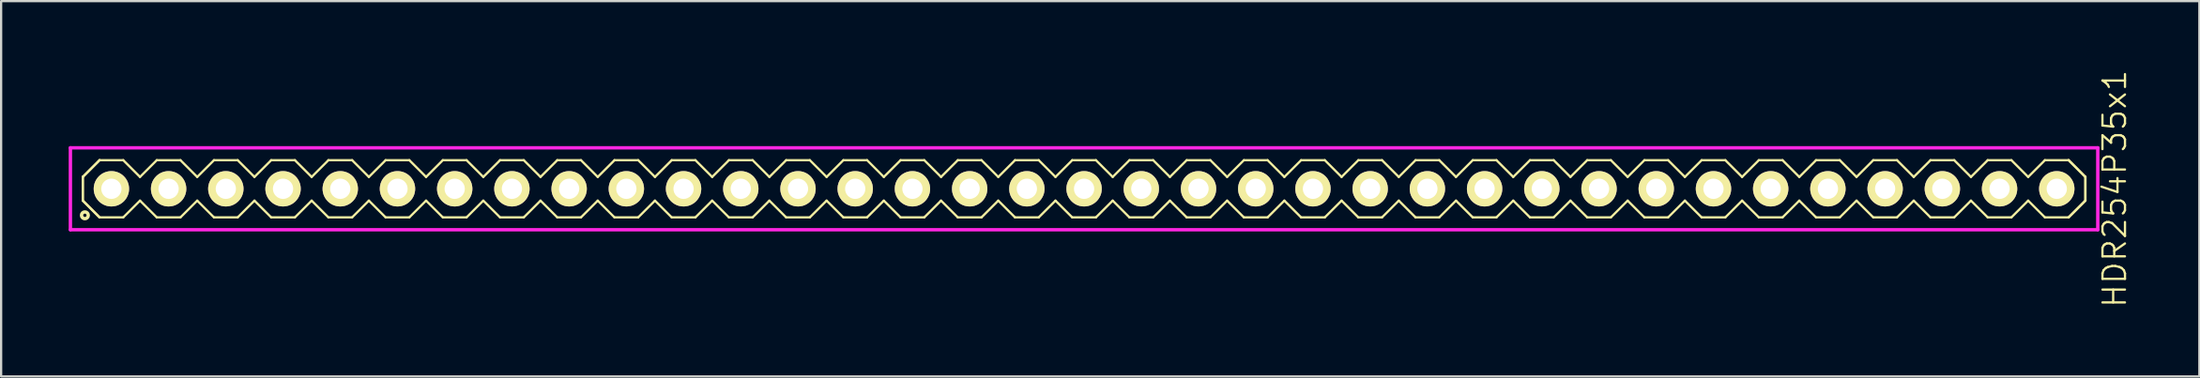
<source format=kicad_pcb>
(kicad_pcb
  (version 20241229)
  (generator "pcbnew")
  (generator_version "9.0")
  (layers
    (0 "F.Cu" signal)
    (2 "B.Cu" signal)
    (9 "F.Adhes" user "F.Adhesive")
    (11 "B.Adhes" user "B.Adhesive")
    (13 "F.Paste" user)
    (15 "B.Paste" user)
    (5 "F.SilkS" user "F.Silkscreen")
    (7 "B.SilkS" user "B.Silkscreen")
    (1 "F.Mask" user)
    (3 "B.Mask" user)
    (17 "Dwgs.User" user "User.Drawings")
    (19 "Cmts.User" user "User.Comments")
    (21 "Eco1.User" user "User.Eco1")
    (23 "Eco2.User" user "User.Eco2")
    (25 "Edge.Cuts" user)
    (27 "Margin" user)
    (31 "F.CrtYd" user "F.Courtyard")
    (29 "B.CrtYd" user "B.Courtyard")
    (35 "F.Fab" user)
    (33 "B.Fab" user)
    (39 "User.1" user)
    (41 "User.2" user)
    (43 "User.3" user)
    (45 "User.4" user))
  (footprint "HDR254P35x1"
    (layer "F.Cu")
    (at 45.075 5.336)
    (property "Reference" "HDR254P35x1" (at 45.75 0 90) (layer "F.SilkS") (effects (font (size 1 1) (thickness 0.1))))
    (attr through_hole)
    (fp_line (start -44.45 -0.526) (end -43.706 -1.27) (stroke (width 0.1) (type solid)) (layer "F.SilkS"))
    (fp_line (start -44.45 -0.526) (end -43.706 -1.27) (stroke (width 0.1) (type solid)) (layer "F.SilkS"))
    (fp_line (start -44.45 0.526) (end -44.45 -0.526) (stroke (width 0.1) (type solid)) (layer "F.SilkS"))
    (fp_line (start -44.45 0.526) (end -44.45 -0.526) (stroke (width 0.1) (type solid)) (layer "F.SilkS"))
    (fp_line (start -43.706 -1.27) (end -42.654 -1.27) (stroke (width 0.1) (type solid)) (layer "F.SilkS"))
    (fp_line (start -43.706 1.27) (end -44.45 0.526) (stroke (width 0.1) (type solid)) (layer "F.SilkS"))
    (fp_line (start -43.706 1.27) (end -44.45 0.526) (stroke (width 0.1) (type solid)) (layer "F.SilkS"))
    (fp_line (start -42.654 -1.27) (end -41.91 -0.526) (stroke (width 0.1) (type solid)) (layer "F.SilkS"))
    (fp_line (start -42.654 1.27) (end -43.706 1.27) (stroke (width 0.1) (type solid)) (layer "F.SilkS"))
    (fp_line (start -41.91 -0.526) (end -41.166 -1.27) (stroke (width 0.1) (type solid)) (layer "F.SilkS"))
    (fp_line (start -41.91 0.526) (end -42.654 1.27) (stroke (width 0.1) (type solid)) (layer "F.SilkS"))
    (fp_line (start -41.166 -1.27) (end -40.114 -1.27) (stroke (width 0.1) (type solid)) (layer "F.SilkS"))
    (fp_line (start -41.166 1.27) (end -41.91 0.526) (stroke (width 0.1) (type solid)) (layer "F.SilkS"))
    (fp_line (start -40.114 -1.27) (end -39.37 -0.526) (stroke (width 0.1) (type solid)) (layer "F.SilkS"))
    (fp_line (start -40.114 1.27) (end -41.166 1.27) (stroke (width 0.1) (type solid)) (layer "F.SilkS"))
    (fp_line (start -39.37 -0.526) (end -38.626 -1.27) (stroke (width 0.1) (type solid)) (layer "F.SilkS"))
    (fp_line (start -39.37 0.526) (end -40.114 1.27) (stroke (width 0.1) (type solid)) (layer "F.SilkS"))
    (fp_line (start -38.626 -1.27) (end -37.574 -1.27) (stroke (width 0.1) (type solid)) (layer "F.SilkS"))
    (fp_line (start -38.626 1.27) (end -39.37 0.526) (stroke (width 0.1) (type solid)) (layer "F.SilkS"))
    (fp_line (start -37.574 -1.27) (end -36.83 -0.526) (stroke (width 0.1) (type solid)) (layer "F.SilkS"))
    (fp_line (start -37.574 1.27) (end -38.626 1.27) (stroke (width 0.1) (type solid)) (layer "F.SilkS"))
    (fp_line (start -36.83 -0.526) (end -36.086 -1.27) (stroke (width 0.1) (type solid)) (layer "F.SilkS"))
    (fp_line (start -36.83 0.526) (end -37.574 1.27) (stroke (width 0.1) (type solid)) (layer "F.SilkS"))
    (fp_line (start -36.086 -1.27) (end -35.034 -1.27) (stroke (width 0.1) (type solid)) (layer "F.SilkS"))
    (fp_line (start -36.086 1.27) (end -36.83 0.526) (stroke (width 0.1) (type solid)) (layer "F.SilkS"))
    (fp_line (start -35.034 -1.27) (end -34.29 -0.526) (stroke (width 0.1) (type solid)) (layer "F.SilkS"))
    (fp_line (start -35.034 1.27) (end -36.086 1.27) (stroke (width 0.1) (type solid)) (layer "F.SilkS"))
    (fp_line (start -34.29 -0.526) (end -33.546 -1.27) (stroke (width 0.1) (type solid)) (layer "F.SilkS"))
    (fp_line (start -34.29 0.526) (end -35.034 1.27) (stroke (width 0.1) (type solid)) (layer "F.SilkS"))
    (fp_line (start -33.546 -1.27) (end -32.494 -1.27) (stroke (width 0.1) (type solid)) (layer "F.SilkS"))
    (fp_line (start -33.546 1.27) (end -34.29 0.526) (stroke (width 0.1) (type solid)) (layer "F.SilkS"))
    (fp_line (start -32.494 -1.27) (end -31.75 -0.526) (stroke (width 0.1) (type solid)) (layer "F.SilkS"))
    (fp_line (start -32.494 1.27) (end -33.546 1.27) (stroke (width 0.1) (type solid)) (layer "F.SilkS"))
    (fp_line (start -31.75 -0.526) (end -31.006 -1.27) (stroke (width 0.1) (type solid)) (layer "F.SilkS"))
    (fp_line (start -31.75 0.526) (end -32.494 1.27) (stroke (width 0.1) (type solid)) (layer "F.SilkS"))
    (fp_line (start -31.006 -1.27) (end -29.954 -1.27) (stroke (width 0.1) (type solid)) (layer "F.SilkS"))
    (fp_line (start -31.006 1.27) (end -31.75 0.526) (stroke (width 0.1) (type solid)) (layer "F.SilkS"))
    (fp_line (start -29.954 -1.27) (end -29.21 -0.526) (stroke (width 0.1) (type solid)) (layer "F.SilkS"))
    (fp_line (start -29.954 1.27) (end -31.006 1.27) (stroke (width 0.1) (type solid)) (layer "F.SilkS"))
    (fp_line (start -29.21 -0.526) (end -28.466 -1.27) (stroke (width 0.1) (type solid)) (layer "F.SilkS"))
    (fp_line (start -29.21 0.526) (end -29.954 1.27) (stroke (width 0.1) (type solid)) (layer "F.SilkS"))
    (fp_line (start -28.466 -1.27) (end -27.414 -1.27) (stroke (width 0.1) (type solid)) (layer "F.SilkS"))
    (fp_line (start -28.466 1.27) (end -29.21 0.526) (stroke (width 0.1) (type solid)) (layer "F.SilkS"))
    (fp_line (start -27.414 -1.27) (end -26.67 -0.526) (stroke (width 0.1) (type solid)) (layer "F.SilkS"))
    (fp_line (start -27.414 1.27) (end -28.466 1.27) (stroke (width 0.1) (type solid)) (layer "F.SilkS"))
    (fp_line (start -26.67 -0.526) (end -25.926 -1.27) (stroke (width 0.1) (type solid)) (layer "F.SilkS"))
    (fp_line (start -26.67 0.526) (end -27.414 1.27) (stroke (width 0.1) (type solid)) (layer "F.SilkS"))
    (fp_line (start -25.926 -1.27) (end -24.874 -1.27) (stroke (width 0.1) (type solid)) (layer "F.SilkS"))
    (fp_line (start -25.926 1.27) (end -26.67 0.526) (stroke (width 0.1) (type solid)) (layer "F.SilkS"))
    (fp_line (start -24.874 -1.27) (end -24.13 -0.526) (stroke (width 0.1) (type solid)) (layer "F.SilkS"))
    (fp_line (start -24.874 1.27) (end -25.926 1.27) (stroke (width 0.1) (type solid)) (layer "F.SilkS"))
    (fp_line (start -24.13 -0.526) (end -23.386 -1.27) (stroke (width 0.1) (type solid)) (layer "F.SilkS"))
    (fp_line (start -24.13 0.526) (end -24.874 1.27) (stroke (width 0.1) (type solid)) (layer "F.SilkS"))
    (fp_line (start -23.386 -1.27) (end -22.334 -1.27) (stroke (width 0.1) (type solid)) (layer "F.SilkS"))
    (fp_line (start -23.386 1.27) (end -24.13 0.526) (stroke (width 0.1) (type solid)) (layer "F.SilkS"))
    (fp_line (start -22.334 -1.27) (end -21.59 -0.526) (stroke (width 0.1) (type solid)) (layer "F.SilkS"))
    (fp_line (start -22.334 1.27) (end -23.386 1.27) (stroke (width 0.1) (type solid)) (layer "F.SilkS"))
    (fp_line (start -21.59 -0.526) (end -20.846 -1.27) (stroke (width 0.1) (type solid)) (layer "F.SilkS"))
    (fp_line (start -21.59 0.526) (end -22.334 1.27) (stroke (width 0.1) (type solid)) (layer "F.SilkS"))
    (fp_line (start -20.846 -1.27) (end -19.794 -1.27) (stroke (width 0.1) (type solid)) (layer "F.SilkS"))
    (fp_line (start -20.846 1.27) (end -21.59 0.526) (stroke (width 0.1) (type solid)) (layer "F.SilkS"))
    (fp_line (start -19.794 -1.27) (end -19.05 -0.526) (stroke (width 0.1) (type solid)) (layer "F.SilkS"))
    (fp_line (start -19.794 1.27) (end -20.846 1.27) (stroke (width 0.1) (type solid)) (layer "F.SilkS"))
    (fp_line (start -19.05 -0.526) (end -18.306 -1.27) (stroke (width 0.1) (type solid)) (layer "F.SilkS"))
    (fp_line (start -19.05 0.526) (end -19.794 1.27) (stroke (width 0.1) (type solid)) (layer "F.SilkS"))
    (fp_line (start -18.306 -1.27) (end -17.254 -1.27) (stroke (width 0.1) (type solid)) (layer "F.SilkS"))
    (fp_line (start -18.306 1.27) (end -19.05 0.526) (stroke (width 0.1) (type solid)) (layer "F.SilkS"))
    (fp_line (start -17.254 -1.27) (end -16.51 -0.526) (stroke (width 0.1) (type solid)) (layer "F.SilkS"))
    (fp_line (start -17.254 1.27) (end -18.306 1.27) (stroke (width 0.1) (type solid)) (layer "F.SilkS"))
    (fp_line (start -16.51 -0.526) (end -15.766 -1.27) (stroke (width 0.1) (type solid)) (layer "F.SilkS"))
    (fp_line (start -16.51 0.526) (end -17.254 1.27) (stroke (width 0.1) (type solid)) (layer "F.SilkS"))
    (fp_line (start -15.766 -1.27) (end -14.714 -1.27) (stroke (width 0.1) (type solid)) (layer "F.SilkS"))
    (fp_line (start -15.766 1.27) (end -16.51 0.526) (stroke (width 0.1) (type solid)) (layer "F.SilkS"))
    (fp_line (start -14.714 -1.27) (end -13.97 -0.526) (stroke (width 0.1) (type solid)) (layer "F.SilkS"))
    (fp_line (start -14.714 1.27) (end -15.766 1.27) (stroke (width 0.1) (type solid)) (layer "F.SilkS"))
    (fp_line (start -13.97 -0.526) (end -13.226 -1.27) (stroke (width 0.1) (type solid)) (layer "F.SilkS"))
    (fp_line (start -13.97 0.526) (end -14.714 1.27) (stroke (width 0.1) (type solid)) (layer "F.SilkS"))
    (fp_line (start -13.226 -1.27) (end -12.174 -1.27) (stroke (width 0.1) (type solid)) (layer "F.SilkS"))
    (fp_line (start -13.226 1.27) (end -13.97 0.526) (stroke (width 0.1) (type solid)) (layer "F.SilkS"))
    (fp_line (start -12.174 -1.27) (end -11.43 -0.526) (stroke (width 0.1) (type solid)) (layer "F.SilkS"))
    (fp_line (start -12.174 1.27) (end -13.226 1.27) (stroke (width 0.1) (type solid)) (layer "F.SilkS"))
    (fp_line (start -11.43 -0.526) (end -10.686 -1.27) (stroke (width 0.1) (type solid)) (layer "F.SilkS"))
    (fp_line (start -11.43 0.526) (end -12.174 1.27) (stroke (width 0.1) (type solid)) (layer "F.SilkS"))
    (fp_line (start -10.686 -1.27) (end -9.634 -1.27) (stroke (width 0.1) (type solid)) (layer "F.SilkS"))
    (fp_line (start -10.686 1.27) (end -11.43 0.526) (stroke (width 0.1) (type solid)) (layer "F.SilkS"))
    (fp_line (start -9.634 -1.27) (end -8.89 -0.526) (stroke (width 0.1) (type solid)) (layer "F.SilkS"))
    (fp_line (start -9.634 1.27) (end -10.686 1.27) (stroke (width 0.1) (type solid)) (layer "F.SilkS"))
    (fp_line (start -8.89 -0.526) (end -8.146 -1.27) (stroke (width 0.1) (type solid)) (layer "F.SilkS"))
    (fp_line (start -8.89 0.526) (end -9.634 1.27) (stroke (width 0.1) (type solid)) (layer "F.SilkS"))
    (fp_line (start -8.146 -1.27) (end -7.094 -1.27) (stroke (width 0.1) (type solid)) (layer "F.SilkS"))
    (fp_line (start -8.146 1.27) (end -8.89 0.526) (stroke (width 0.1) (type solid)) (layer "F.SilkS"))
    (fp_line (start -7.094 -1.27) (end -6.35 -0.526) (stroke (width 0.1) (type solid)) (layer "F.SilkS"))
    (fp_line (start -7.094 1.27) (end -8.146 1.27) (stroke (width 0.1) (type solid)) (layer "F.SilkS"))
    (fp_line (start -6.35 -0.526) (end -5.606 -1.27) (stroke (width 0.1) (type solid)) (layer "F.SilkS"))
    (fp_line (start -6.35 0.526) (end -7.094 1.27) (stroke (width 0.1) (type solid)) (layer "F.SilkS"))
    (fp_line (start -5.606 -1.27) (end -4.554 -1.27) (stroke (width 0.1) (type solid)) (layer "F.SilkS"))
    (fp_line (start -5.606 1.27) (end -6.35 0.526) (stroke (width 0.1) (type solid)) (layer "F.SilkS"))
    (fp_line (start -4.554 -1.27) (end -3.81 -0.526) (stroke (width 0.1) (type solid)) (layer "F.SilkS"))
    (fp_line (start -4.554 1.27) (end -5.606 1.27) (stroke (width 0.1) (type solid)) (layer "F.SilkS"))
    (fp_line (start -3.81 -0.526) (end -3.066 -1.27) (stroke (width 0.1) (type solid)) (layer "F.SilkS"))
    (fp_line (start -3.81 0.526) (end -4.554 1.27) (stroke (width 0.1) (type solid)) (layer "F.SilkS"))
    (fp_line (start -3.066 -1.27) (end -2.014 -1.27) (stroke (width 0.1) (type solid)) (layer "F.SilkS"))
    (fp_line (start -3.066 1.27) (end -3.81 0.526) (stroke (width 0.1) (type solid)) (layer "F.SilkS"))
    (fp_line (start -2.014 -1.27) (end -1.27 -0.526) (stroke (width 0.1) (type solid)) (layer "F.SilkS"))
    (fp_line (start -2.014 1.27) (end -3.066 1.27) (stroke (width 0.1) (type solid)) (layer "F.SilkS"))
    (fp_line (start -1.27 -0.526) (end -0.526 -1.27) (stroke (width 0.1) (type solid)) (layer "F.SilkS"))
    (fp_line (start -1.27 0.526) (end -2.014 1.27) (stroke (width 0.1) (type solid)) (layer "F.SilkS"))
    (fp_line (start -0.526 -1.27) (end 0.526 -1.27) (stroke (width 0.1) (type solid)) (layer "F.SilkS"))
    (fp_line (start -0.526 1.27) (end -1.27 0.526) (stroke (width 0.1) (type solid)) (layer "F.SilkS"))
    (fp_line (start 0.526 -1.27) (end 1.27 -0.526) (stroke (width 0.1) (type solid)) (layer "F.SilkS"))
    (fp_line (start 0.526 1.27) (end -0.526 1.27) (stroke (width 0.1) (type solid)) (layer "F.SilkS"))
    (fp_line (start 1.27 -0.526) (end 2.014 -1.27) (stroke (width 0.1) (type solid)) (layer "F.SilkS"))
    (fp_line (start 1.27 0.526) (end 0.526 1.27) (stroke (width 0.1) (type solid)) (layer "F.SilkS"))
    (fp_line (start 2.014 -1.27) (end 3.066 -1.27) (stroke (width 0.1) (type solid)) (layer "F.SilkS"))
    (fp_line (start 2.014 1.27) (end 1.27 0.526) (stroke (width 0.1) (type solid)) (layer "F.SilkS"))
    (fp_line (start 3.066 -1.27) (end 3.81 -0.526) (stroke (width 0.1) (type solid)) (layer "F.SilkS"))
    (fp_line (start 3.066 1.27) (end 2.014 1.27) (stroke (width 0.1) (type solid)) (layer "F.SilkS"))
    (fp_line (start 3.81 -0.526) (end 4.554 -1.27) (stroke (width 0.1) (type solid)) (layer "F.SilkS"))
    (fp_line (start 3.81 0.526) (end 3.066 1.27) (stroke (width 0.1) (type solid)) (layer "F.SilkS"))
    (fp_line (start 4.554 -1.27) (end 5.606 -1.27) (stroke (width 0.1) (type solid)) (layer "F.SilkS"))
    (fp_line (start 4.554 1.27) (end 3.81 0.526) (stroke (width 0.1) (type solid)) (layer "F.SilkS"))
    (fp_line (start 5.606 -1.27) (end 6.35 -0.526) (stroke (width 0.1) (type solid)) (layer "F.SilkS"))
    (fp_line (start 5.606 1.27) (end 4.554 1.27) (stroke (width 0.1) (type solid)) (layer "F.SilkS"))
    (fp_line (start 6.35 -0.526) (end 7.094 -1.27) (stroke (width 0.1) (type solid)) (layer "F.SilkS"))
    (fp_line (start 6.35 0.526) (end 5.606 1.27) (stroke (width 0.1) (type solid)) (layer "F.SilkS"))
    (fp_line (start 7.094 -1.27) (end 8.146 -1.27) (stroke (width 0.1) (type solid)) (layer "F.SilkS"))
    (fp_line (start 7.094 1.27) (end 6.35 0.526) (stroke (width 0.1) (type solid)) (layer "F.SilkS"))
    (fp_line (start 8.146 -1.27) (end 8.89 -0.526) (stroke (width 0.1) (type solid)) (layer "F.SilkS"))
    (fp_line (start 8.146 1.27) (end 7.094 1.27) (stroke (width 0.1) (type solid)) (layer "F.SilkS"))
    (fp_line (start 8.89 -0.526) (end 9.634 -1.27) (stroke (width 0.1) (type solid)) (layer "F.SilkS"))
    (fp_line (start 8.89 0.526) (end 8.146 1.27) (stroke (width 0.1) (type solid)) (layer "F.SilkS"))
    (fp_line (start 9.634 -1.27) (end 10.686 -1.27) (stroke (width 0.1) (type solid)) (layer "F.SilkS"))
    (fp_line (start 9.634 1.27) (end 8.89 0.526) (stroke (width 0.1) (type solid)) (layer "F.SilkS"))
    (fp_line (start 10.686 -1.27) (end 11.43 -0.526) (stroke (width 0.1) (type solid)) (layer "F.SilkS"))
    (fp_line (start 10.686 1.27) (end 9.634 1.27) (stroke (width 0.1) (type solid)) (layer "F.SilkS"))
    (fp_line (start 11.43 -0.526) (end 12.174 -1.27) (stroke (width 0.1) (type solid)) (layer "F.SilkS"))
    (fp_line (start 11.43 0.526) (end 10.686 1.27) (stroke (width 0.1) (type solid)) (layer "F.SilkS"))
    (fp_line (start 12.174 -1.27) (end 13.226 -1.27) (stroke (width 0.1) (type solid)) (layer "F.SilkS"))
    (fp_line (start 12.174 1.27) (end 11.43 0.526) (stroke (width 0.1) (type solid)) (layer "F.SilkS"))
    (fp_line (start 13.226 -1.27) (end 13.97 -0.526) (stroke (width 0.1) (type solid)) (layer "F.SilkS"))
    (fp_line (start 13.226 1.27) (end 12.174 1.27) (stroke (width 0.1) (type solid)) (layer "F.SilkS"))
    (fp_line (start 13.97 -0.526) (end 14.714 -1.27) (stroke (width 0.1) (type solid)) (layer "F.SilkS"))
    (fp_line (start 13.97 0.526) (end 13.226 1.27) (stroke (width 0.1) (type solid)) (layer "F.SilkS"))
    (fp_line (start 14.714 -1.27) (end 15.766 -1.27) (stroke (width 0.1) (type solid)) (layer "F.SilkS"))
    (fp_line (start 14.714 1.27) (end 13.97 0.526) (stroke (width 0.1) (type solid)) (layer "F.SilkS"))
    (fp_line (start 15.766 -1.27) (end 16.51 -0.526) (stroke (width 0.1) (type solid)) (layer "F.SilkS"))
    (fp_line (start 15.766 1.27) (end 14.714 1.27) (stroke (width 0.1) (type solid)) (layer "F.SilkS"))
    (fp_line (start 16.51 -0.526) (end 17.254 -1.27) (stroke (width 0.1) (type solid)) (layer "F.SilkS"))
    (fp_line (start 16.51 0.526) (end 15.766 1.27) (stroke (width 0.1) (type solid)) (layer "F.SilkS"))
    (fp_line (start 17.254 -1.27) (end 18.306 -1.27) (stroke (width 0.1) (type solid)) (layer "F.SilkS"))
    (fp_line (start 17.254 1.27) (end 16.51 0.526) (stroke (width 0.1) (type solid)) (layer "F.SilkS"))
    (fp_line (start 18.306 -1.27) (end 19.05 -0.526) (stroke (width 0.1) (type solid)) (layer "F.SilkS"))
    (fp_line (start 18.306 1.27) (end 17.254 1.27) (stroke (width 0.1) (type solid)) (layer "F.SilkS"))
    (fp_line (start 19.05 -0.526) (end 19.794 -1.27) (stroke (width 0.1) (type solid)) (layer "F.SilkS"))
    (fp_line (start 19.05 0.526) (end 18.306 1.27) (stroke (width 0.1) (type solid)) (layer "F.SilkS"))
    (fp_line (start 19.794 -1.27) (end 20.846 -1.27) (stroke (width 0.1) (type solid)) (layer "F.SilkS"))
    (fp_line (start 19.794 1.27) (end 19.05 0.526) (stroke (width 0.1) (type solid)) (layer "F.SilkS"))
    (fp_line (start 20.846 -1.27) (end 21.59 -0.526) (stroke (width 0.1) (type solid)) (layer "F.SilkS"))
    (fp_line (start 20.846 1.27) (end 19.794 1.27) (stroke (width 0.1) (type solid)) (layer "F.SilkS"))
    (fp_line (start 21.59 -0.526) (end 22.334 -1.27) (stroke (width 0.1) (type solid)) (layer "F.SilkS"))
    (fp_line (start 21.59 0.526) (end 20.846 1.27) (stroke (width 0.1) (type solid)) (layer "F.SilkS"))
    (fp_line (start 22.334 -1.27) (end 23.386 -1.27) (stroke (width 0.1) (type solid)) (layer "F.SilkS"))
    (fp_line (start 22.334 1.27) (end 21.59 0.526) (stroke (width 0.1) (type solid)) (layer "F.SilkS"))
    (fp_line (start 23.386 -1.27) (end 24.13 -0.526) (stroke (width 0.1) (type solid)) (layer "F.SilkS"))
    (fp_line (start 23.386 1.27) (end 22.334 1.27) (stroke (width 0.1) (type solid)) (layer "F.SilkS"))
    (fp_line (start 24.13 -0.526) (end 24.874 -1.27) (stroke (width 0.1) (type solid)) (layer "F.SilkS"))
    (fp_line (start 24.13 0.526) (end 23.386 1.27) (stroke (width 0.1) (type solid)) (layer "F.SilkS"))
    (fp_line (start 24.874 -1.27) (end 25.926 -1.27) (stroke (width 0.1) (type solid)) (layer "F.SilkS"))
    (fp_line (start 24.874 1.27) (end 24.13 0.526) (stroke (width 0.1) (type solid)) (layer "F.SilkS"))
    (fp_line (start 25.926 -1.27) (end 26.67 -0.526) (stroke (width 0.1) (type solid)) (layer "F.SilkS"))
    (fp_line (start 25.926 1.27) (end 24.874 1.27) (stroke (width 0.1) (type solid)) (layer "F.SilkS"))
    (fp_line (start 26.67 -0.526) (end 27.414 -1.27) (stroke (width 0.1) (type solid)) (layer "F.SilkS"))
    (fp_line (start 26.67 0.526) (end 25.926 1.27) (stroke (width 0.1) (type solid)) (layer "F.SilkS"))
    (fp_line (start 27.414 -1.27) (end 28.466 -1.27) (stroke (width 0.1) (type solid)) (layer "F.SilkS"))
    (fp_line (start 27.414 1.27) (end 26.67 0.526) (stroke (width 0.1) (type solid)) (layer "F.SilkS"))
    (fp_line (start 28.466 -1.27) (end 29.21 -0.526) (stroke (width 0.1) (type solid)) (layer "F.SilkS"))
    (fp_line (start 28.466 1.27) (end 27.414 1.27) (stroke (width 0.1) (type solid)) (layer "F.SilkS"))
    (fp_line (start 29.21 -0.526) (end 29.954 -1.27) (stroke (width 0.1) (type solid)) (layer "F.SilkS"))
    (fp_line (start 29.21 0.526) (end 28.466 1.27) (stroke (width 0.1) (type solid)) (layer "F.SilkS"))
    (fp_line (start 29.954 -1.27) (end 31.006 -1.27) (stroke (width 0.1) (type solid)) (layer "F.SilkS"))
    (fp_line (start 29.954 1.27) (end 29.21 0.526) (stroke (width 0.1) (type solid)) (layer "F.SilkS"))
    (fp_line (start 31.006 -1.27) (end 31.75 -0.526) (stroke (width 0.1) (type solid)) (layer "F.SilkS"))
    (fp_line (start 31.006 1.27) (end 29.954 1.27) (stroke (width 0.1) (type solid)) (layer "F.SilkS"))
    (fp_line (start 31.75 -0.526) (end 32.494 -1.27) (stroke (width 0.1) (type solid)) (layer "F.SilkS"))
    (fp_line (start 31.75 0.526) (end 31.006 1.27) (stroke (width 0.1) (type solid)) (layer "F.SilkS"))
    (fp_line (start 32.494 -1.27) (end 33.546 -1.27) (stroke (width 0.1) (type solid)) (layer "F.SilkS"))
    (fp_line (start 32.494 1.27) (end 31.75 0.526) (stroke (width 0.1) (type solid)) (layer "F.SilkS"))
    (fp_line (start 33.546 -1.27) (end 34.29 -0.526) (stroke (width 0.1) (type solid)) (layer "F.SilkS"))
    (fp_line (start 33.546 1.27) (end 32.494 1.27) (stroke (width 0.1) (type solid)) (layer "F.SilkS"))
    (fp_line (start 34.29 -0.526) (end 35.034 -1.27) (stroke (width 0.1) (type solid)) (layer "F.SilkS"))
    (fp_line (start 34.29 0.526) (end 33.546 1.27) (stroke (width 0.1) (type solid)) (layer "F.SilkS"))
    (fp_line (start 35.034 -1.27) (end 36.086 -1.27) (stroke (width 0.1) (type solid)) (layer "F.SilkS"))
    (fp_line (start 35.034 1.27) (end 34.29 0.526) (stroke (width 0.1) (type solid)) (layer "F.SilkS"))
    (fp_line (start 36.086 -1.27) (end 36.83 -0.526) (stroke (width 0.1) (type solid)) (layer "F.SilkS"))
    (fp_line (start 36.086 1.27) (end 35.034 1.27) (stroke (width 0.1) (type solid)) (layer "F.SilkS"))
    (fp_line (start 36.83 -0.526) (end 37.574 -1.27) (stroke (width 0.1) (type solid)) (layer "F.SilkS"))
    (fp_line (start 36.83 0.526) (end 36.086 1.27) (stroke (width 0.1) (type solid)) (layer "F.SilkS"))
    (fp_line (start 37.574 -1.27) (end 38.626 -1.27) (stroke (width 0.1) (type solid)) (layer "F.SilkS"))
    (fp_line (start 37.574 1.27) (end 36.83 0.526) (stroke (width 0.1) (type solid)) (layer "F.SilkS"))
    (fp_line (start 38.626 -1.27) (end 39.37 -0.526) (stroke (width 0.1) (type solid)) (layer "F.SilkS"))
    (fp_line (start 38.626 1.27) (end 37.574 1.27) (stroke (width 0.1) (type solid)) (layer "F.SilkS"))
    (fp_line (start 39.37 -0.526) (end 40.114 -1.27) (stroke (width 0.1) (type solid)) (layer "F.SilkS"))
    (fp_line (start 39.37 0.526) (end 38.626 1.27) (stroke (width 0.1) (type solid)) (layer "F.SilkS"))
    (fp_line (start 40.114 -1.27) (end 41.166 -1.27) (stroke (width 0.1) (type solid)) (layer "F.SilkS"))
    (fp_line (start 40.114 1.27) (end 39.37 0.526) (stroke (width 0.1) (type solid)) (layer "F.SilkS"))
    (fp_line (start 41.166 -1.27) (end 41.91 -0.526) (stroke (width 0.1) (type solid)) (layer "F.SilkS"))
    (fp_line (start 41.166 1.27) (end 40.114 1.27) (stroke (width 0.1) (type solid)) (layer "F.SilkS"))
    (fp_line (start 41.91 -0.526) (end 42.654 -1.27) (stroke (width 0.1) (type solid)) (layer "F.SilkS"))
    (fp_line (start 41.91 0.526) (end 41.166 1.27) (stroke (width 0.1) (type solid)) (layer "F.SilkS"))
    (fp_line (start 42.654 -1.27) (end 43.706 -1.27) (stroke (width 0.1) (type solid)) (layer "F.SilkS"))
    (fp_line (start 42.654 1.27) (end 41.91 0.526) (stroke (width 0.1) (type solid)) (layer "F.SilkS"))
    (fp_line (start 43.706 -1.27) (end 44.45 -0.526) (stroke (width 0.1) (type solid)) (layer "F.SilkS"))
    (fp_line (start 43.706 -1.27) (end 44.45 -0.526) (stroke (width 0.1) (type solid)) (layer "F.SilkS"))
    (fp_line (start 43.706 1.27) (end 42.654 1.27) (stroke (width 0.1) (type solid)) (layer "F.SilkS"))
    (fp_line (start 44.45 -0.526) (end 44.45 0.526) (stroke (width 0.1) (type solid)) (layer "F.SilkS"))
    (fp_line (start 44.45 -0.526) (end 44.45 0.526) (stroke (width 0.1) (type solid)) (layer "F.SilkS"))
    (fp_line (start 44.45 0.526) (end 43.706 1.27) (stroke (width 0.1) (type solid)) (layer "F.SilkS"))
    (fp_line (start 44.45 0.526) (end 43.706 1.27) (stroke (width 0.1) (type solid)) (layer "F.SilkS"))
    (fp_circle (center -44.357 1.178) (end -44.207 1.178) (stroke (width 0.15) (type solid)) (fill no) (layer "F.SilkS"))
    (fp_line (start -45 -1.82) (end -45 1.82) (stroke (width 0.15) (type solid)) (layer "F.CrtYd"))
    (fp_line (start -45 1.82) (end 45 1.82) (stroke (width 0.15) (type solid)) (layer "F.CrtYd"))
    (fp_line (start 45 -1.82) (end -45 -1.82) (stroke (width 0.15) (type solid)) (layer "F.CrtYd"))
    (fp_line (start 45 1.82) (end 45 -1.82) (stroke (width 0.15) (type solid)) (layer "F.CrtYd"))
    (pad "1" thru_hole oval (at -43.18 0) (size 1.57 1.57) (drill 0.9) (layers "*.Cu" "*.Mask" "F.SilkS"))
    (pad "2" thru_hole oval (at -40.64 0) (size 1.57 1.57) (drill 0.9) (layers "*.Cu" "*.Mask" "F.SilkS"))
    (pad "3" thru_hole oval (at -38.1 0) (size 1.57 1.57) (drill 0.9) (layers "*.Cu" "*.Mask" "F.SilkS"))
    (pad "4" thru_hole oval (at -35.56 0) (size 1.57 1.57) (drill 0.9) (layers "*.Cu" "*.Mask" "F.SilkS"))
    (pad "5" thru_hole oval (at -33.02 0) (size 1.57 1.57) (drill 0.9) (layers "*.Cu" "*.Mask" "F.SilkS"))
    (pad "6" thru_hole oval (at -30.48 0) (size 1.57 1.57) (drill 0.9) (layers "*.Cu" "*.Mask" "F.SilkS"))
    (pad "7" thru_hole oval (at -27.94 0) (size 1.57 1.57) (drill 0.9) (layers "*.Cu" "*.Mask" "F.SilkS"))
    (pad "8" thru_hole oval (at -25.4 0) (size 1.57 1.57) (drill 0.9) (layers "*.Cu" "*.Mask" "F.SilkS"))
    (pad "9" thru_hole oval (at -22.86 0) (size 1.57 1.57) (drill 0.9) (layers "*.Cu" "*.Mask" "F.SilkS"))
    (pad "10" thru_hole oval (at -20.32 0) (size 1.57 1.57) (drill 0.9) (layers "*.Cu" "*.Mask" "F.SilkS"))
    (pad "11" thru_hole oval (at -17.78 0) (size 1.57 1.57) (drill 0.9) (layers "*.Cu" "*.Mask" "F.SilkS"))
    (pad "12" thru_hole oval (at -15.24 0) (size 1.57 1.57) (drill 0.9) (layers "*.Cu" "*.Mask" "F.SilkS"))
    (pad "13" thru_hole oval (at -12.7 0) (size 1.57 1.57) (drill 0.9) (layers "*.Cu" "*.Mask" "F.SilkS"))
    (pad "14" thru_hole oval (at -10.16 0) (size 1.57 1.57) (drill 0.9) (layers "*.Cu" "*.Mask" "F.SilkS"))
    (pad "15" thru_hole oval (at -7.62 0) (size 1.57 1.57) (drill 0.9) (layers "*.Cu" "*.Mask" "F.SilkS"))
    (pad "16" thru_hole oval (at -5.08 0) (size 1.57 1.57) (drill 0.9) (layers "*.Cu" "*.Mask" "F.SilkS"))
    (pad "17" thru_hole oval (at -2.54 0) (size 1.57 1.57) (drill 0.9) (layers "*.Cu" "*.Mask" "F.SilkS"))
    (pad "18" thru_hole oval (at 0 0) (size 1.57 1.57) (drill 0.9) (layers "*.Cu" "*.Mask" "F.SilkS"))
    (pad "19" thru_hole oval (at 2.54 0) (size 1.57 1.57) (drill 0.9) (layers "*.Cu" "*.Mask" "F.SilkS"))
    (pad "20" thru_hole oval (at 5.08 0) (size 1.57 1.57) (drill 0.9) (layers "*.Cu" "*.Mask" "F.SilkS"))
    (pad "21" thru_hole oval (at 7.62 0) (size 1.57 1.57) (drill 0.9) (layers "*.Cu" "*.Mask" "F.SilkS"))
    (pad "22" thru_hole oval (at 10.16 0) (size 1.57 1.57) (drill 0.9) (layers "*.Cu" "*.Mask" "F.SilkS"))
    (pad "23" thru_hole oval (at 12.7 0) (size 1.57 1.57) (drill 0.9) (layers "*.Cu" "*.Mask" "F.SilkS"))
    (pad "24" thru_hole oval (at 15.24 0) (size 1.57 1.57) (drill 0.9) (layers "*.Cu" "*.Mask" "F.SilkS"))
    (pad "25" thru_hole oval (at 17.78 0) (size 1.57 1.57) (drill 0.9) (layers "*.Cu" "*.Mask" "F.SilkS"))
    (pad "26" thru_hole oval (at 20.32 0) (size 1.57 1.57) (drill 0.9) (layers "*.Cu" "*.Mask" "F.SilkS"))
    (pad "27" thru_hole oval (at 22.86 0) (size 1.57 1.57) (drill 0.9) (layers "*.Cu" "*.Mask" "F.SilkS"))
    (pad "28" thru_hole oval (at 25.4 0) (size 1.57 1.57) (drill 0.9) (layers "*.Cu" "*.Mask" "F.SilkS"))
    (pad "29" thru_hole oval (at 27.94 0) (size 1.57 1.57) (drill 0.9) (layers "*.Cu" "*.Mask" "F.SilkS"))
    (pad "30" thru_hole oval (at 30.48 0) (size 1.57 1.57) (drill 0.9) (layers "*.Cu" "*.Mask" "F.SilkS"))
    (pad "31" thru_hole oval (at 33.02 0) (size 1.57 1.57) (drill 0.9) (layers "*.Cu" "*.Mask" "F.SilkS"))
    (pad "32" thru_hole oval (at 35.56 0) (size 1.57 1.57) (drill 0.9) (layers "*.Cu" "*.Mask" "F.SilkS"))
    (pad "33" thru_hole oval (at 38.1 0) (size 1.57 1.57) (drill 0.9) (layers "*.Cu" "*.Mask" "F.SilkS"))
    (pad "34" thru_hole oval (at 40.64 0) (size 1.57 1.57) (drill 0.9) (layers "*.Cu" "*.Mask" "F.SilkS"))
    (pad "35" thru_hole oval (at 43.18 0) (size 1.57 1.57) (drill 0.9) (layers "*.Cu" "*.Mask" "F.SilkS")))
  (gr_rect
    (start -3 -3)
    (end 94.585 13.671)
    (stroke (width 0.1) (type default))
    (fill no)
    (layer "Edge.Cuts")))
</source>
